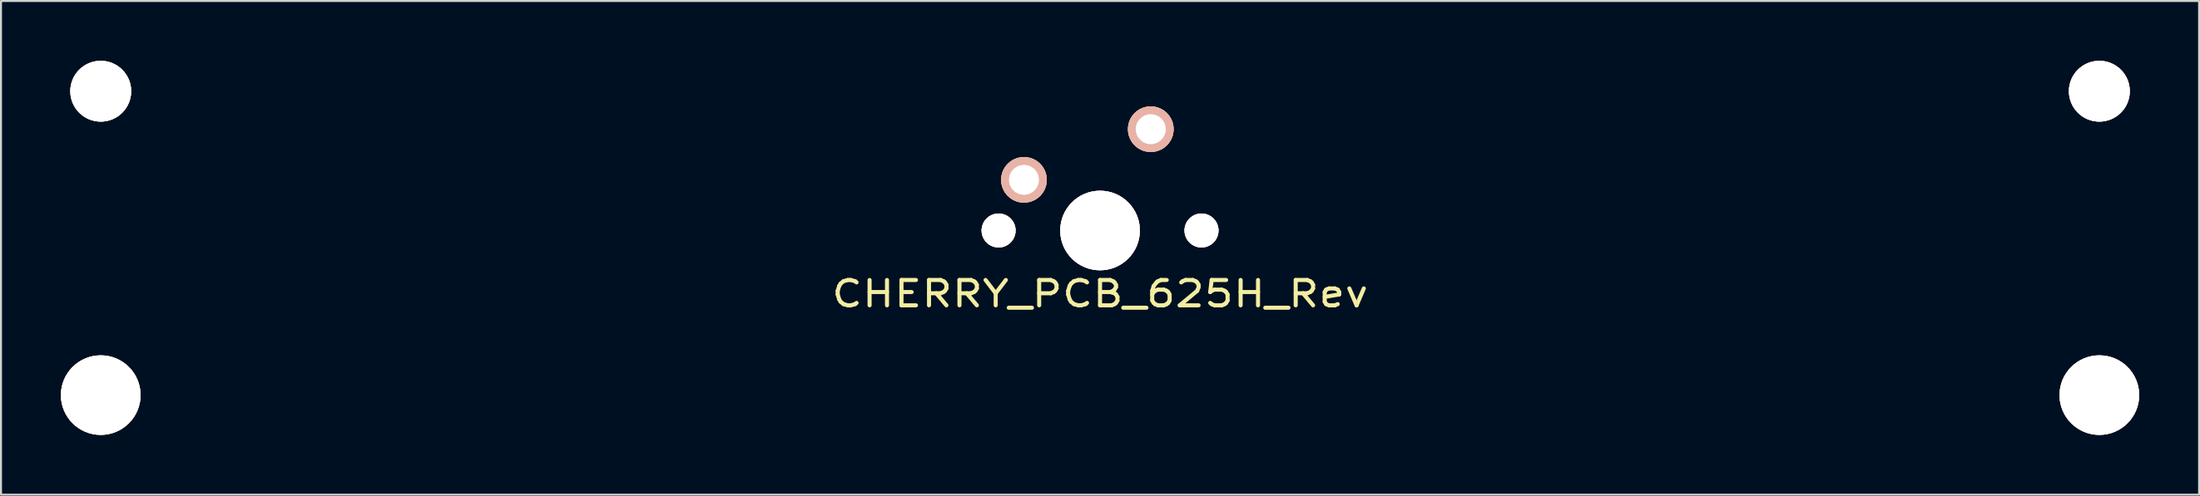
<source format=kicad_pcb>
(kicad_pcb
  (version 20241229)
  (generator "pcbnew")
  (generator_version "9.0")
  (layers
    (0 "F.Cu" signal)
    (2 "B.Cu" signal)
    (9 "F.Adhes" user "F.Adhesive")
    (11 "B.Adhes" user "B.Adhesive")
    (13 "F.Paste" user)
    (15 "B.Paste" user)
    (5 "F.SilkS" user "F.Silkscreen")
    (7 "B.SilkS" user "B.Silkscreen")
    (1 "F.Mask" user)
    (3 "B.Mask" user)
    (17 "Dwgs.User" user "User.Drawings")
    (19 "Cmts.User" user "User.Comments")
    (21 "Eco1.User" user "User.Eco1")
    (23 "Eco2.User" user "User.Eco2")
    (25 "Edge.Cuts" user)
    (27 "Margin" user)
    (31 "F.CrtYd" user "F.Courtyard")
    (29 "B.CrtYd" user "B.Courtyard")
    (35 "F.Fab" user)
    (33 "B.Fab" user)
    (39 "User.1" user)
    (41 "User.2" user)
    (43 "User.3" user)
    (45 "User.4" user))
  (footprint "CHERRY_PCB_625H_Rev"
    (layer "F.Cu")
    (at 52.032 8.509)
    (property "Reference" "CHERRY_PCB_625H_Rev" (at 0 3.175 0) (layer "F.SilkS") (effects (font (size 1.27 1.524) (thickness 0.203))))
    (attr through_hole)
    (pad "" thru_hole circle (at -50.038 -6.985) (size 3.048 3.048) (drill 3.048) (layers "*.Cu" "*.SilkS" "*.Mask"))
    (pad "" thru_hole circle (at -5.08 0) (size 1.702 1.702) (drill 1.702) (layers "*.Cu" "*.SilkS" "*.Mask"))
    (pad "" thru_hole circle (at 0 0) (size 3.988 3.988) (drill 3.988) (layers "*.Cu" "*.SilkS" "*.Mask"))
    (pad "" thru_hole circle (at 5.08 0) (size 1.702 1.702) (drill 1.702) (layers "*.Cu" "*.SilkS" "*.Mask"))
    (pad "" thru_hole circle (at 50.038 -6.985) (size 3.048 3.048) (drill 3.048) (layers "*.Cu" "*.SilkS" "*.Mask"))
    (pad "" thru_hole circle (at 50.038 8.255) (size 3.988 3.988) (drill 3.988) (layers "*.Cu" "*.SilkS" "*.Mask"))
    (pad "1" thru_hole circle (at 2.54 -5.08) (size 2.286 2.286) (drill 1.499) (layers "*.Cu" "*.SilkS" "*.Mask"))
    (pad "2" thru_hole circle (at -3.81 -2.54) (size 2.286 2.286) (drill 1.499) (layers "*.Cu" "*.SilkS" "*.Mask"))
    (pad "HOLE" thru_hole circle (at -50.038 8.255) (size 3.988 3.988) (drill 3.988) (layers "*.Cu" "*.SilkS" "*.Mask")))
  (gr_rect
    (start -3 -3)
    (end 107.064 21.758)
    (stroke (width 0.1) (type default))
    (fill no)
    (layer "Edge.Cuts")))
</source>
